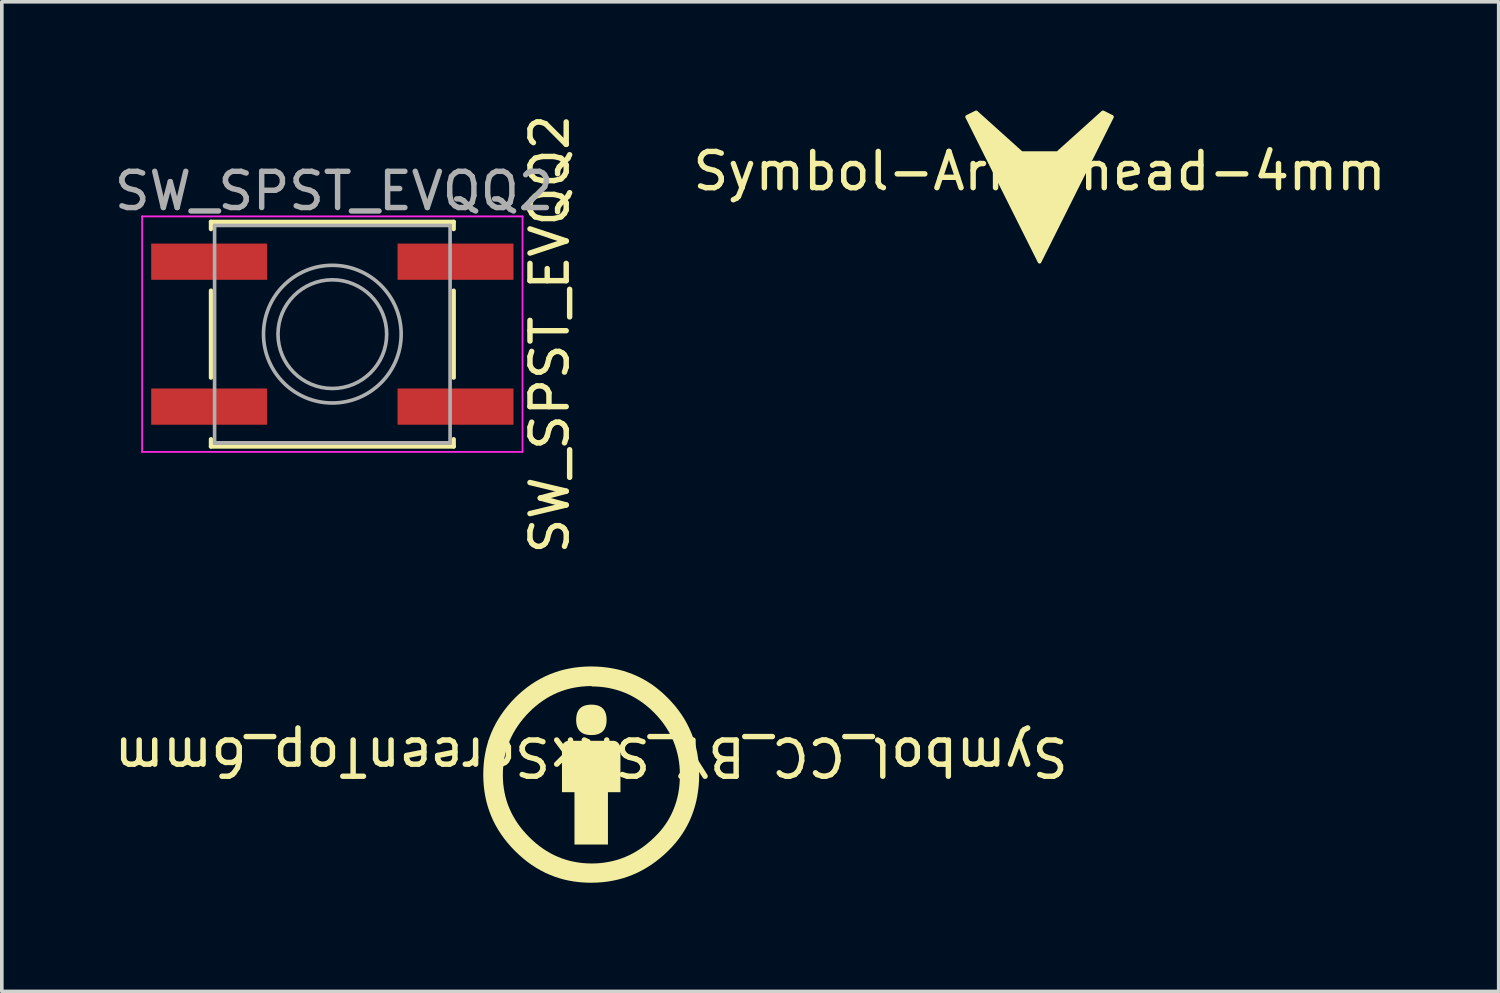
<source format=kicad_pcb>
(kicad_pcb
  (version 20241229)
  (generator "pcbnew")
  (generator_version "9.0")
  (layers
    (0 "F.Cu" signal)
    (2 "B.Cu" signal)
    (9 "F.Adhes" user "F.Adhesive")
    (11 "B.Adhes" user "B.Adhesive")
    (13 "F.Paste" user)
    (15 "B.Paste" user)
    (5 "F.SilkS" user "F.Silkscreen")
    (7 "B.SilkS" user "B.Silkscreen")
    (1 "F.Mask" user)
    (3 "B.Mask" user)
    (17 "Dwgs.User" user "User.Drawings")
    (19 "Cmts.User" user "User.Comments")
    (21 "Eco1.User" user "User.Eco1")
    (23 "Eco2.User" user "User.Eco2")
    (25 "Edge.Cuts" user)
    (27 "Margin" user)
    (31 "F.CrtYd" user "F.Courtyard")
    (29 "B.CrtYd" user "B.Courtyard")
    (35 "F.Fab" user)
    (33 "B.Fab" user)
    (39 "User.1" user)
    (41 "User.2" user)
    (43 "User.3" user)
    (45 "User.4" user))
  (footprint "Symbol-Arrowhead-4mm"
    (layer "F.Cu")
    (at 25.643 1.175)
    (property "Reference" "Symbol-Arrowhead-4mm" (at 0 0.5 0) (layer "F.SilkS") (effects (font (size 1 1) (thickness 0.15))))
    (attr board_only exclude_from_pos_files exclude_from_bom)
    (fp_poly (pts (xy -0.000001 3) (xy 2 -1) (xy 1.75 -1.125) (xy 0.5 -0.000001) (xy -0.5 -0.000001) (xy -1.75 -1.125) (xy -2 -1) (xy -0.000001 3)) (stroke (width 0.1) (type solid)) (fill yes) (layer "F.SilkS")))
  (footprint "Symbol_CC_BY_SilkScreenTop_6mm"
    (layer "F.Cu")
    (at 13.268 18.33)
    (property "Reference" "Symbol_CC_BY_SilkScreenTop_6mm" (at 0 -0.5 180) (unlocked yes) (layer "F.SilkS") (effects (font (size 1 1) (thickness 0.15))))
    (attr board_only exclude_from_pos_files exclude_from_bom allow_missing_courtyard)
    (fp_poly (pts (xy 0.62 -0.932) (xy 0.628 -0.932) (xy 0.637 -0.931) (xy 0.646 -0.929) (xy 0.654 -0.927) (xy 0.663 -0.925) (xy 0.671 -0.922) (xy 0.68 -0.919) (xy 0.688 -0.915) (xy 0.696 -0.911) (xy 0.704 -0.906) (xy 0.712 -0.901) (xy 0.72 -0.896) (xy 0.727 -0.89) (xy 0.734 -0.883) (xy 0.741 -0.877) (xy 0.748 -0.87) (xy 0.755 -0.862) (xy 0.76 -0.855) (xy 0.766 -0.847) (xy 0.771 -0.839) (xy 0.776 -0.831) (xy 0.78 -0.822) (xy 0.783 -0.814) (xy 0.787 -0.805) (xy 0.79 -0.796) (xy 0.792 -0.787) (xy 0.794 -0.777) (xy 0.795 -0.767) (xy 0.797 -0.757) (xy 0.797 -0.747) (xy 0.797 -0.737) (xy 0.807 -0.737) (xy 0.807 0.485) (xy 0.462 0.485) (xy 0.462 1.931) (xy -0.462 1.931) (xy -0.462 0.485) (xy -0.807 0.485) (xy -0.807 -0.737) (xy -0.807 -0.747) (xy -0.806 -0.757) (xy -0.805 -0.767) (xy -0.803 -0.777) (xy -0.801 -0.787) (xy -0.799 -0.796) (xy -0.796 -0.805) (xy -0.793 -0.814) (xy -0.789 -0.822) (xy -0.785 -0.831) (xy -0.78 -0.839) (xy -0.775 -0.847) (xy -0.77 -0.855) (xy -0.764 -0.862) (xy -0.758 -0.87) (xy -0.751 -0.877) (xy -0.744 -0.883) (xy -0.736 -0.89) (xy -0.729 -0.896) (xy -0.721 -0.901) (xy -0.713 -0.906) (xy -0.705 -0.911) (xy -0.696 -0.915) (xy -0.688 -0.919) (xy -0.679 -0.922) (xy -0.67 -0.925) (xy -0.661 -0.927) (xy -0.651 -0.929) (xy -0.641 -0.931) (xy -0.631 -0.932) (xy -0.621 -0.932) (xy -0.611 -0.933) (xy 0.611 -0.933)) (stroke (width -0.000001) (type solid)) (fill yes) (layer "F.SilkS"))
    (fp_poly (pts (xy 0.03 -1.93) (xy 0.055 -1.929) (xy 0.08 -1.927) (xy 0.103 -1.924) (xy 0.126 -1.92) (xy 0.147 -1.916) (xy 0.168 -1.911) (xy 0.188 -1.904) (xy 0.208 -1.897) (xy 0.226 -1.89) (xy 0.244 -1.881) (xy 0.26 -1.872) (xy 0.276 -1.861) (xy 0.292 -1.85) (xy 0.306 -1.838) (xy 0.319 -1.826) (xy 0.332 -1.812) (xy 0.344 -1.798) (xy 0.355 -1.783) (xy 0.365 -1.767) (xy 0.375 -1.75) (xy 0.383 -1.732) (xy 0.391 -1.714) (xy 0.398 -1.695) (xy 0.404 -1.674) (xy 0.41 -1.654) (xy 0.414 -1.632) (xy 0.418 -1.609) (xy 0.421 -1.586) (xy 0.423 -1.562) (xy 0.424 -1.537) (xy 0.424 -1.511) (xy 0.424 -1.485) (xy 0.423 -1.46) (xy 0.421 -1.436) (xy 0.418 -1.413) (xy 0.414 -1.39) (xy 0.41 -1.368) (xy 0.404 -1.347) (xy 0.398 -1.327) (xy 0.391 -1.308) (xy 0.383 -1.29) (xy 0.375 -1.272) (xy 0.365 -1.255) (xy 0.355 -1.239) (xy 0.344 -1.224) (xy 0.332 -1.21) (xy 0.319 -1.196) (xy 0.306 -1.183) (xy 0.292 -1.172) (xy 0.276 -1.16) (xy 0.26 -1.15) (xy 0.244 -1.141) (xy 0.226 -1.132) (xy 0.208 -1.124) (xy 0.188 -1.117) (xy 0.168 -1.111) (xy 0.147 -1.106) (xy 0.126 -1.101) (xy 0.103 -1.098) (xy 0.08 -1.095) (xy 0.055 -1.093) (xy 0.03 -1.092) (xy 0.005 -1.091) (xy -0.021 -1.092) (xy -0.046 -1.093) (xy -0.07 -1.095) (xy -0.094 -1.098) (xy -0.116 -1.101) (xy -0.138 -1.106) (xy -0.159 -1.111) (xy -0.179 -1.117) (xy -0.198 -1.124) (xy -0.217 -1.132) (xy -0.234 -1.141) (xy -0.251 -1.15) (xy -0.267 -1.16) (xy -0.282 -1.172) (xy -0.297 -1.183) (xy -0.31 -1.196) (xy -0.323 -1.21) (xy -0.335 -1.224) (xy -0.346 -1.239) (xy -0.356 -1.255) (xy -0.365 -1.272) (xy -0.374 -1.29) (xy -0.382 -1.308) (xy -0.389 -1.327) (xy -0.395 -1.347) (xy -0.4 -1.368) (xy -0.405 -1.39) (xy -0.408 -1.413) (xy -0.411 -1.436) (xy -0.413 -1.46) (xy -0.415 -1.485) (xy -0.415 -1.511) (xy -0.415 -1.537) (xy -0.413 -1.562) (xy -0.411 -1.586) (xy -0.408 -1.609) (xy -0.405 -1.632) (xy -0.4 -1.654) (xy -0.395 -1.674) (xy -0.389 -1.695) (xy -0.382 -1.714) (xy -0.374 -1.732) (xy -0.365 -1.75) (xy -0.356 -1.767) (xy -0.346 -1.783) (xy -0.335 -1.798) (xy -0.323 -1.812) (xy -0.31 -1.826) (xy -0.297 -1.838) (xy -0.282 -1.85) (xy -0.267 -1.861) (xy -0.251 -1.872) (xy -0.234 -1.881) (xy -0.217 -1.89) (xy -0.198 -1.897) (xy -0.179 -1.904) (xy -0.159 -1.911) (xy -0.138 -1.916) (xy -0.116 -1.92) (xy -0.094 -1.924) (xy -0.07 -1.927) (xy -0.046 -1.929) (xy -0.021 -1.93) (xy 0.005 -1.931)) (stroke (width -0.000001) (type solid)) (fill yes) (layer "F.SilkS"))
    (fp_poly (pts (xy 0.151 -2.981) (xy 0.304 -2.971) (xy 0.454 -2.954) (xy 0.6 -2.93) (xy 0.744 -2.9) (xy 0.884 -2.863) (xy 1.021 -2.818) (xy 1.155 -2.768) (xy 1.286 -2.71) (xy 1.414 -2.646) (xy 1.538 -2.575) (xy 1.66 -2.497) (xy 1.778 -2.412) (xy 1.893 -2.32) (xy 2.004 -2.222) (xy 2.112 -2.117) (xy 2.217 -2.007) (xy 2.316 -1.894) (xy 2.407 -1.778) (xy 2.492 -1.659) (xy 2.57 -1.537) (xy 2.641 -1.412) (xy 2.705 -1.284) (xy 2.763 -1.153) (xy 2.814 -1.019) (xy 2.858 -0.882) (xy 2.895 -0.742) (xy 2.926 -0.6) (xy 2.949 -0.454) (xy 2.966 -0.306) (xy 2.976 -0.154) (xy 2.98 0) (xy 2.977 0.154) (xy 2.967 0.306) (xy 2.95 0.454) (xy 2.927 0.599) (xy 2.898 0.742) (xy 2.861 0.881) (xy 2.818 1.017) (xy 2.769 1.151) (xy 2.713 1.281) (xy 2.65 1.407) (xy 2.58 1.531) (xy 2.504 1.651) (xy 2.421 1.768) (xy 2.331 1.882) (xy 2.234 1.992) (xy 2.131 2.098) (xy 2.016 2.207) (xy 1.899 2.308) (xy 1.779 2.402) (xy 1.657 2.489) (xy 1.532 2.568) (xy 1.405 2.641) (xy 1.276 2.707) (xy 1.144 2.765) (xy 1.009 2.817) (xy 0.872 2.862) (xy 0.732 2.899) (xy 0.59 2.93) (xy 0.445 2.954) (xy 0.298 2.971) (xy 0.148 2.981) (xy -0.005 2.985) (xy -0.157 2.981) (xy -0.306 2.971) (xy -0.453 2.954) (xy -0.596 2.93) (xy -0.737 2.9) (xy -0.874 2.862) (xy -1.009 2.818) (xy -1.141 2.766) (xy -1.271 2.708) (xy -1.397 2.643) (xy -1.521 2.572) (xy -1.643 2.493) (xy -1.762 2.407) (xy -1.878 2.314) (xy -1.992 2.214) (xy -2.103 2.108) (xy -2.21 1.996) (xy -2.31 1.882) (xy -2.402 1.765) (xy -2.488 1.646) (xy -2.567 1.524) (xy -2.639 1.399) (xy -2.704 1.272) (xy -2.762 1.141) (xy -2.813 1.008) (xy -2.857 0.873) (xy -2.895 0.734) (xy -2.925 0.593) (xy -2.949 0.449) (xy -2.966 0.302) (xy -2.976 0.152) (xy -2.98 0.009) (xy -2.439 0.009) (xy -2.436 0.132) (xy -2.428 0.253) (xy -2.413 0.372) (xy -2.393 0.489) (xy -2.368 0.603) (xy -2.337 0.715) (xy -2.3 0.826) (xy -2.257 0.934) (xy -2.209 1.04) (xy -2.155 1.144) (xy -2.095 1.246) (xy -2.03 1.346) (xy -1.959 1.444) (xy -1.882 1.54) (xy -1.8 1.633) (xy -1.711 1.725) (xy -1.619 1.814) (xy -1.525 1.896) (xy -1.429 1.973) (xy -1.33 2.044) (xy -1.23 2.109) (xy -1.127 2.169) (xy -1.022 2.223) (xy -0.915 2.271) (xy -0.806 2.314) (xy -0.695 2.351) (xy -0.582 2.382) (xy -0.467 2.407) (xy -0.35 2.427) (xy -0.23 2.442) (xy -0.109 2.45) (xy 0.014 2.453) (xy 0.137 2.45) (xy 0.258 2.442) (xy 0.378 2.427) (xy 0.495 2.407) (xy 0.61 2.382) (xy 0.724 2.351) (xy 0.835 2.314) (xy 0.944 2.271) (xy 1.052 2.223) (xy 1.157 2.169) (xy 1.261 2.109) (xy 1.362 2.044) (xy 1.462 1.973) (xy 1.559 1.896) (xy 1.655 1.814) (xy 1.749 1.725) (xy 1.833 1.64) (xy 1.913 1.551) (xy 1.986 1.46) (xy 2.055 1.366) (xy 2.118 1.268) (xy 2.175 1.168) (xy 2.227 1.065) (xy 2.273 0.959) (xy 2.314 0.851) (xy 2.35 0.74) (xy 2.38 0.626) (xy 2.405 0.51) (xy 2.424 0.391) (xy 2.437 0.269) (xy 2.445 0.145) (xy 2.448 0.019) (xy 2.445 -0.108) (xy 2.437 -0.232) (xy 2.423 -0.353) (xy 2.403 -0.473) (xy 2.377 -0.59) (xy 2.346 -0.704) (xy 2.31 -0.816) (xy 2.268 -0.926) (xy 2.22 -1.033) (xy 2.166 -1.138) (xy 2.107 -1.24) (xy 2.043 -1.34) (xy 1.973 -1.438) (xy 1.897 -1.533) (xy 1.817 -1.626) (xy 1.73 -1.716) (xy 1.64 -1.803) (xy 1.547 -1.884) (xy 1.452 -1.959) (xy 1.354 -2.029) (xy 1.254 -2.093) (xy 1.152 -2.152) (xy 1.048 -2.206) (xy 0.941 -2.254) (xy 0.832 -2.296) (xy 0.72 -2.332) (xy 0.607 -2.363) (xy 0.491 -2.389) (xy 0.372 -2.409) (xy 0.252 -2.423) (xy 0.129 -2.431) (xy 0.005 -2.434) (xy 0.014 -2.444) (xy -0.112 -2.441) (xy -0.236 -2.432) (xy -0.357 -2.418) (xy -0.476 -2.398) (xy -0.592 -2.373) (xy -0.706 -2.342) (xy -0.817 -2.305) (xy -0.926 -2.263) (xy -1.032 -2.215) (xy -1.136 -2.162) (xy -1.238 -2.103) (xy -1.337 -2.038) (xy -1.434 -1.968) (xy -1.529 -1.893) (xy -1.621 -1.812) (xy -1.711 -1.725) (xy -1.8 -1.632) (xy -1.882 -1.536) (xy -1.959 -1.439) (xy -2.03 -1.339) (xy -2.095 -1.237) (xy -2.155 -1.134) (xy -2.209 -1.028) (xy -2.257 -0.921) (xy -2.3 -0.812) (xy -2.337 -0.7) (xy -2.368 -0.587) (xy -2.393 -0.472) (xy -2.413 -0.354) (xy -2.428 -0.235) (xy -2.436 -0.114) (xy -2.439 0.009) (xy -2.98 0.009) (xy -2.98 0) (xy -2.976 -0.152) (xy -2.966 -0.302) (xy -2.949 -0.449) (xy -2.925 -0.593) (xy -2.895 -0.734) (xy -2.857 -0.873) (xy -2.813 -1.009) (xy -2.762 -1.143) (xy -2.704 -1.273) (xy -2.639 -1.401) (xy -2.567 -1.527) (xy -2.488 -1.65) (xy -2.402 -1.77) (xy -2.31 -1.888) (xy -2.21 -2.004) (xy -2.103 -2.117) (xy -1.993 -2.222) (xy -1.881 -2.32) (xy -1.765 -2.412) (xy -1.647 -2.497) (xy -1.526 -2.575) (xy -1.401 -2.646) (xy -1.275 -2.71) (xy -1.145 -2.768) (xy -1.012 -2.818) (xy -0.877 -2.863) (xy -0.739 -2.9) (xy -0.597 -2.93) (xy -0.454 -2.954) (xy -0.307 -2.971) (xy -0.157 -2.981) (xy -0.005 -2.985)) (stroke (width -0.000001) (type solid)) (fill yes) (layer "F.SilkS")))
  (footprint "SW_SPST_EVQQ2"
    (layer "F.Cu")
    (at 6.123 6.173)
    (property "Reference" "SW_SPST_EVQQ2" (at 6 0 270) (layer "F.SilkS") (effects (font (size 1 1) (thickness 0.15))))
    (attr smd)
    (fp_line (start -3.35 -3.1) (end -3.35 -2.9) (stroke (width 0.12) (type solid)) (layer "F.SilkS"))
    (fp_line (start -3.35 -1.2) (end -3.35 1.2) (stroke (width 0.12) (type solid)) (layer "F.SilkS"))
    (fp_line (start -3.35 3.1) (end -3.35 2.9) (stroke (width 0.12) (type solid)) (layer "F.SilkS"))
    (fp_line (start -3.35 3.1) (end 3.35 3.1) (stroke (width 0.12) (type solid)) (layer "F.SilkS"))
    (fp_line (start 3.35 -3.1) (end -3.35 -3.1) (stroke (width 0.12) (type solid)) (layer "F.SilkS"))
    (fp_line (start 3.35 -3.1) (end 3.35 -2.9) (stroke (width 0.12) (type solid)) (layer "F.SilkS"))
    (fp_line (start 3.35 -1.2) (end 3.35 1.2) (stroke (width 0.12) (type solid)) (layer "F.SilkS"))
    (fp_line (start 3.35 3.1) (end 3.35 2.9) (stroke (width 0.12) (type solid)) (layer "F.SilkS"))
    (fp_line (start -5.25 -3.25) (end 5.25 -3.25) (stroke (width 0.05) (type solid)) (layer "F.CrtYd"))
    (fp_line (start -5.25 3.25) (end -5.25 -3.25) (stroke (width 0.05) (type solid)) (layer "F.CrtYd"))
    (fp_line (start 5.25 -3.25) (end 5.25 3.25) (stroke (width 0.05) (type solid)) (layer "F.CrtYd"))
    (fp_line (start 5.25 3.25) (end -5.25 3.25) (stroke (width 0.05) (type solid)) (layer "F.CrtYd"))
    (fp_line (start -3.25 -3) (end 3.25 -3) (stroke (width 0.1) (type solid)) (layer "F.Fab"))
    (fp_line (start -3.25 3) (end -3.25 -3) (stroke (width 0.1) (type solid)) (layer "F.Fab"))
    (fp_line (start 3.25 -3) (end 3.25 3) (stroke (width 0.1) (type solid)) (layer "F.Fab"))
    (fp_line (start 3.25 3) (end -3.25 3) (stroke (width 0.1) (type solid)) (layer "F.Fab"))
    (fp_circle (center 0 0) (end 1.5 0) (stroke (width 0.1) (type solid)) (fill no) (layer "F.Fab"))
    (fp_circle (center 0 0) (end 1.9 0) (stroke (width 0.1) (type solid)) (fill no) (layer "F.Fab"))
    (fp_text user "${REFERENCE}" (at 0.05 -3.95 180) (layer "F.Fab") (effects (font (size 1 1) (thickness 0.15))))
    (pad "1" smd rect (at -3.4 -2) (size 3.2 1) (layers "F.Cu" "F.Mask" "F.Paste"))
    (pad "1" smd rect (at 3.4 -2) (size 3.2 1) (layers "F.Cu" "F.Mask" "F.Paste"))
    (pad "2" smd rect (at -3.4 2) (size 3.2 1) (layers "F.Cu" "F.Mask" "F.Paste"))
    (pad "2" smd rect (at 3.4 2) (size 3.2 1) (layers "F.Cu" "F.Mask" "F.Paste")))
  (gr_rect
    (start -3 -3)
    (end 38.316 24.314)
    (stroke (width 0.1) (type default))
    (fill no)
    (layer "Edge.Cuts")))
</source>
